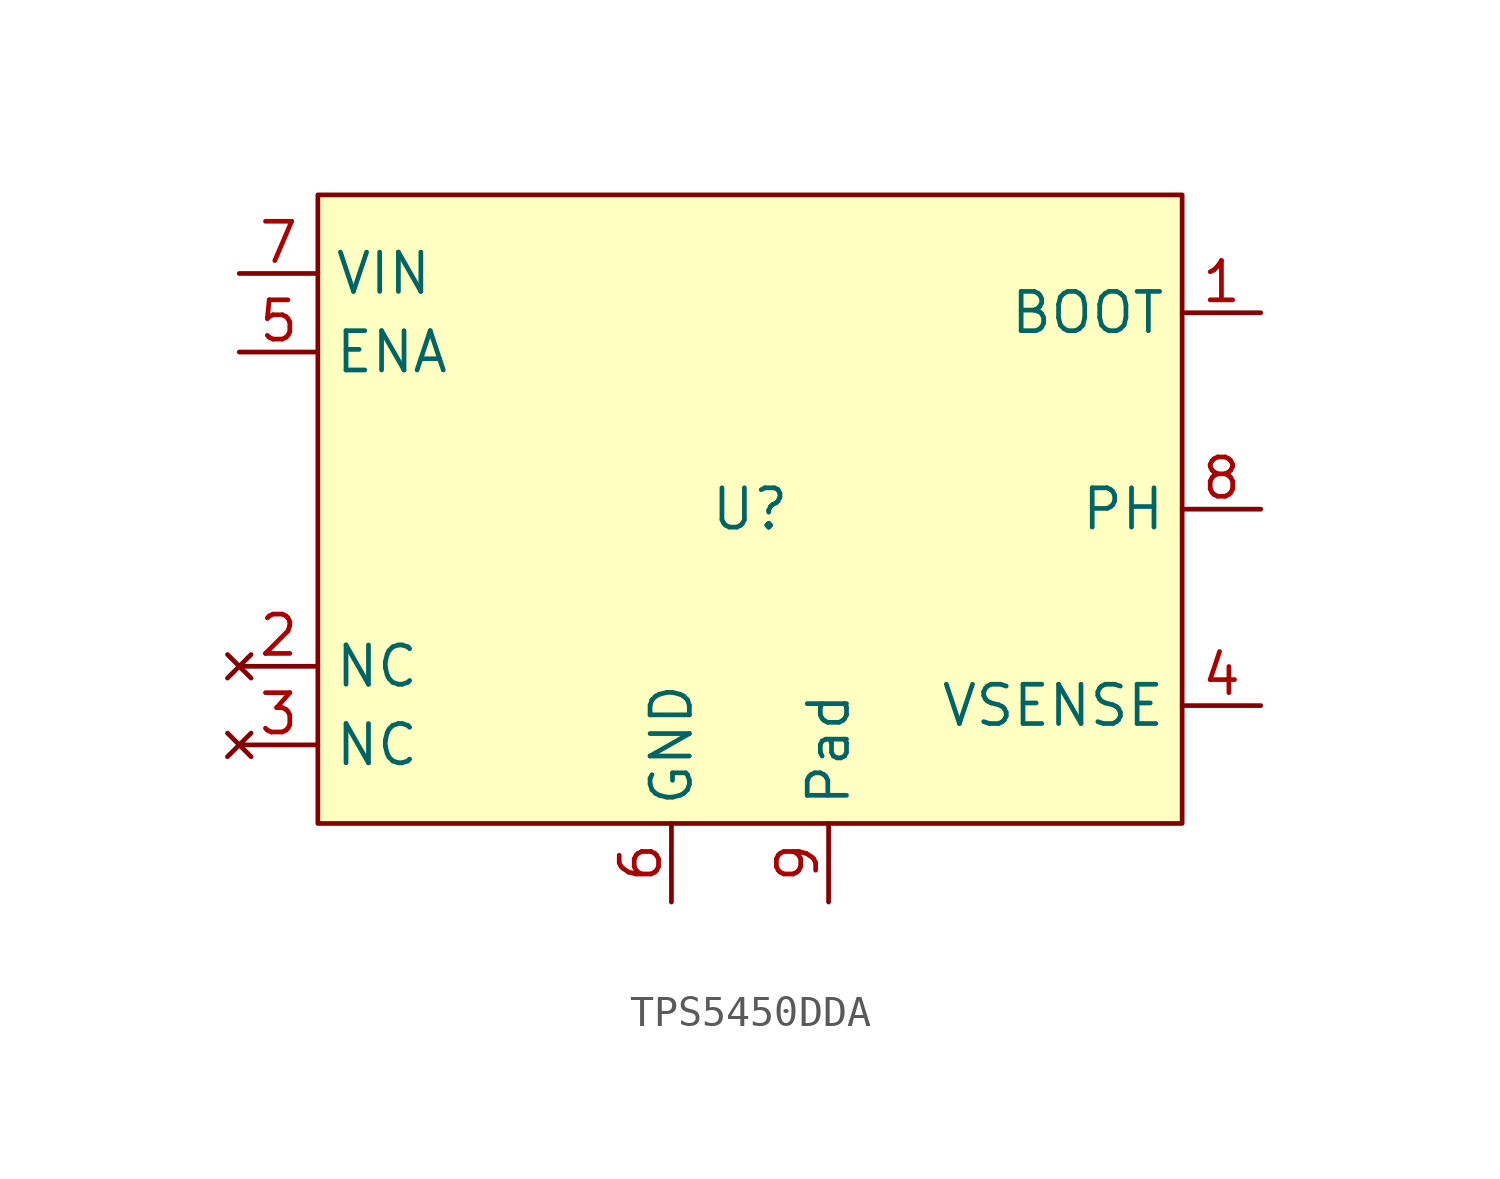
<source format=kicad_sym>
(kicad_symbol_lib
  (version 20231120)
  (generator "kicad_symbol_editor")
  (generator_version "8.0")
  (symbol "TPS5450DDA"
    (property "Reference" "U"
      (at 0 0 0)
      (effects (font (size 1.27 1.27))))
    (property "Value" ""
      (at 0 0 0)
      (effects (font (size 1.27 1.27))))
    (symbol "TPS5450DDA_1_1"
      (rectangle (start -13.97 10.16) (end 13.97 -10.16) (stroke (width 0) (type default)) (fill (type background)))
      (pin output line (at 16.51 6.35 180) (length 2.54) (name "BOOT" (effects (font (size 1.27 1.27)))) (number "1" (effects (font (size 1.27 1.27)))))
      (pin no_connect line (at -16.51 -5.08 0) (length 2.54) (name "NC" (effects (font (size 1.27 1.27)))) (number "2" (effects (font (size 1.27 1.27)))))
      (pin no_connect line (at -16.51 -7.62 0) (length 2.54) (name "NC" (effects (font (size 1.27 1.27)))) (number "3" (effects (font (size 1.27 1.27)))))
      (pin input line (at 16.51 -6.35 180) (length 2.54) (name "VSENSE" (effects (font (size 1.27 1.27)))) (number "4" (effects (font (size 1.27 1.27)))))
      (pin input line (at -16.51 5.08 0) (length 2.54) (name "ENA" (effects (font (size 1.27 1.27)))) (number "5" (effects (font (size 1.27 1.27)))))
      (pin passive line (at -2.54 -12.7 90) (length 2.54) (name "GND" (effects (font (size 1.27 1.27)))) (number "6" (effects (font (size 1.27 1.27)))))
      (pin power_in line (at -16.51 7.62 0) (length 2.54) (name "VIN" (effects (font (size 1.27 1.27)))) (number "7" (effects (font (size 1.27 1.27)))))
      (pin power_out line (at 16.51 0 180) (length 2.54) (name "PH" (effects (font (size 1.27 1.27)))) (number "8" (effects (font (size 1.27 1.27)))))
      (pin passive line (at 2.54 -12.7 90) (length 2.54) (name "Pad" (effects (font (size 1.27 1.27)))) (number "9" (effects (font (size 1.27 1.27))))))))
</source>
